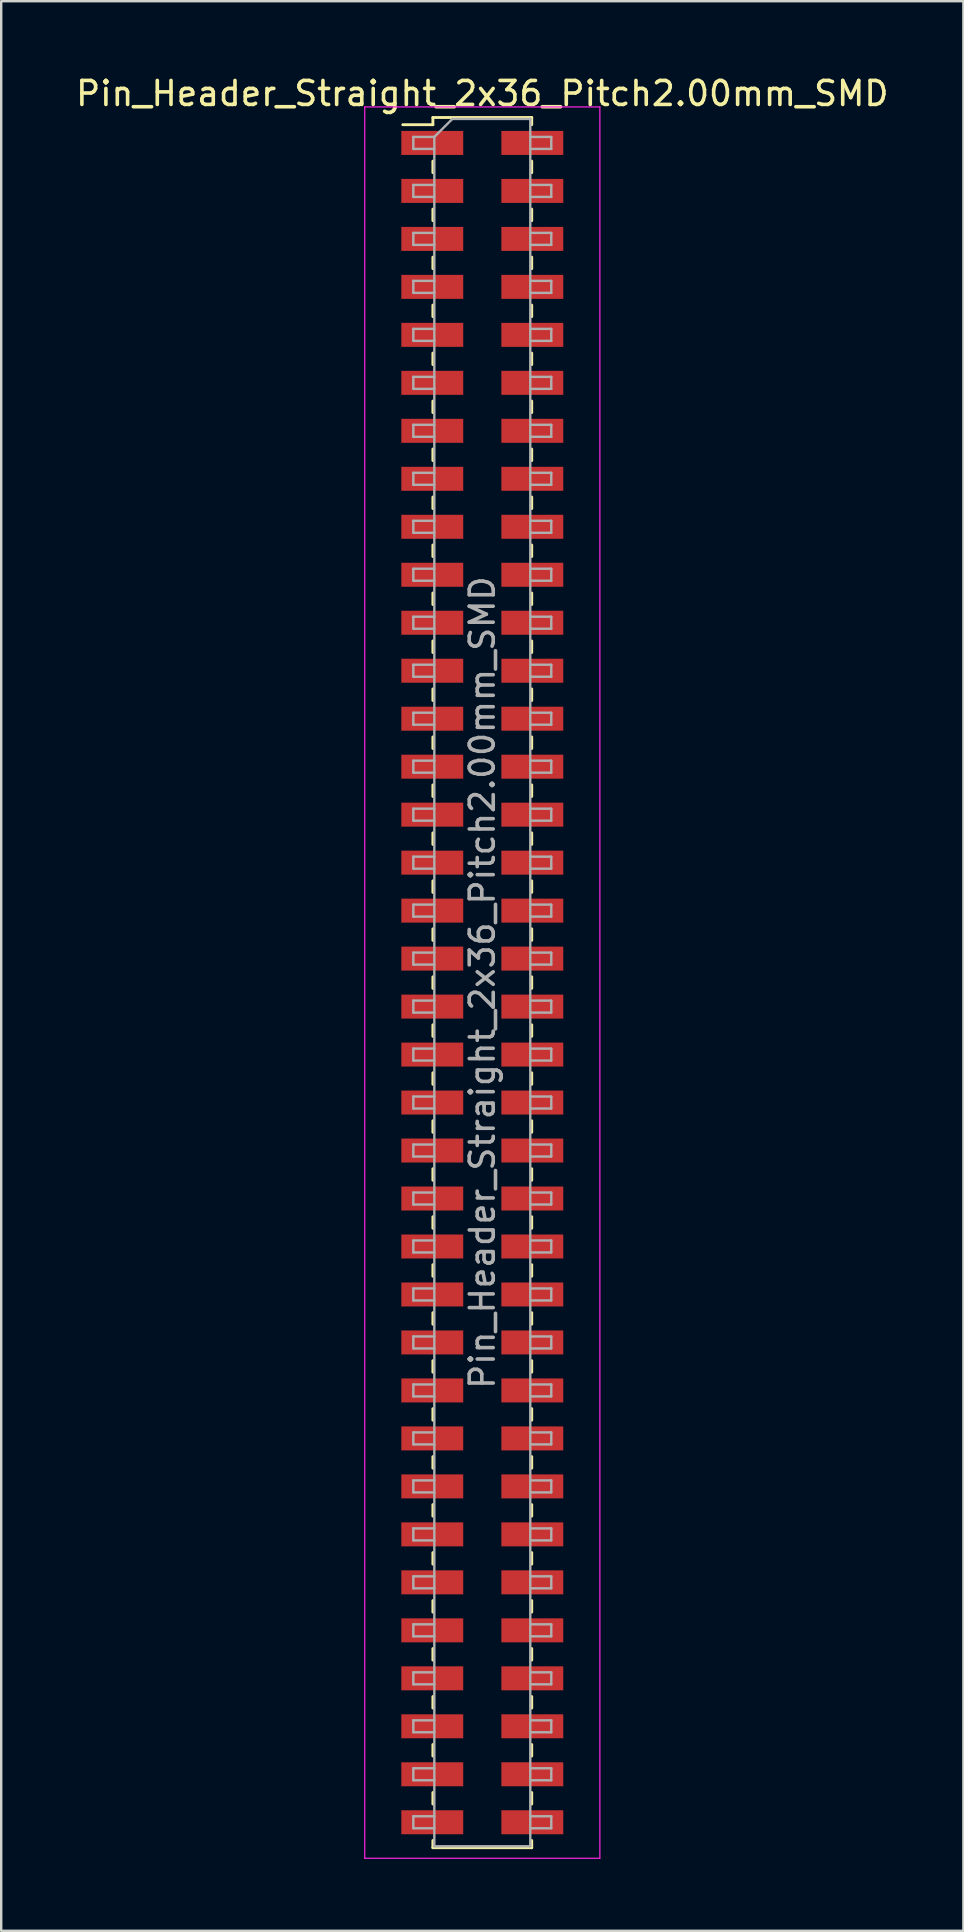
<source format=kicad_pcb>
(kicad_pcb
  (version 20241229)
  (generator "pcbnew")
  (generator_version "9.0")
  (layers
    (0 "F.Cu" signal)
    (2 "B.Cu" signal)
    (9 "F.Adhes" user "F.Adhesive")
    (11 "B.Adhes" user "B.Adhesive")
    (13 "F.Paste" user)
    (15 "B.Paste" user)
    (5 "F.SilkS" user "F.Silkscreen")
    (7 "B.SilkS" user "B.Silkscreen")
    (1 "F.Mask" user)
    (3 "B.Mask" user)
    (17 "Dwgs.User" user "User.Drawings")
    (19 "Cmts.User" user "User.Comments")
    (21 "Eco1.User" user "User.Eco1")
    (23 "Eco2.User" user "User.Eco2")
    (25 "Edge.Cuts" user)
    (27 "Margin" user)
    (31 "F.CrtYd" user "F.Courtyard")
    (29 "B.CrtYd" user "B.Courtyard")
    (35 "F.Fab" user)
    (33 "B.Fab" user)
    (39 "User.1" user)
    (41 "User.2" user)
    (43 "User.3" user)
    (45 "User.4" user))
  (footprint "Pin_Header_Straight_2x36_Pitch2.00mm_SMD"
    (layer "F.Cu")
    (at 17.054 37.908)
    (property "Reference" "Pin_Header_Straight_2x36_Pitch2.00mm_SMD" (at 0 -37.06 0) (layer "F.SilkS") (effects (font (size 1 1) (thickness 0.15))))
    (attr smd)
    (fp_line (start -3.315 -35.76) (end -2.06 -35.76) (stroke (width 0.12) (type solid)) (layer "F.SilkS"))
    (fp_line (start -2.06 -36.06) (end -2.06 -35.76) (stroke (width 0.12) (type solid)) (layer "F.SilkS"))
    (fp_line (start -2.06 -36.06) (end 2.06 -36.06) (stroke (width 0.12) (type solid)) (layer "F.SilkS"))
    (fp_line (start -2.06 -34.24) (end -2.06 -33.76) (stroke (width 0.12) (type solid)) (layer "F.SilkS"))
    (fp_line (start -2.06 -32.24) (end -2.06 -31.76) (stroke (width 0.12) (type solid)) (layer "F.SilkS"))
    (fp_line (start -2.06 -30.24) (end -2.06 -29.76) (stroke (width 0.12) (type solid)) (layer "F.SilkS"))
    (fp_line (start -2.06 -28.24) (end -2.06 -27.76) (stroke (width 0.12) (type solid)) (layer "F.SilkS"))
    (fp_line (start -2.06 -26.24) (end -2.06 -25.76) (stroke (width 0.12) (type solid)) (layer "F.SilkS"))
    (fp_line (start -2.06 -24.24) (end -2.06 -23.76) (stroke (width 0.12) (type solid)) (layer "F.SilkS"))
    (fp_line (start -2.06 -22.24) (end -2.06 -21.76) (stroke (width 0.12) (type solid)) (layer "F.SilkS"))
    (fp_line (start -2.06 -20.24) (end -2.06 -19.76) (stroke (width 0.12) (type solid)) (layer "F.SilkS"))
    (fp_line (start -2.06 -18.24) (end -2.06 -17.76) (stroke (width 0.12) (type solid)) (layer "F.SilkS"))
    (fp_line (start -2.06 -16.24) (end -2.06 -15.76) (stroke (width 0.12) (type solid)) (layer "F.SilkS"))
    (fp_line (start -2.06 -14.24) (end -2.06 -13.76) (stroke (width 0.12) (type solid)) (layer "F.SilkS"))
    (fp_line (start -2.06 -12.24) (end -2.06 -11.76) (stroke (width 0.12) (type solid)) (layer "F.SilkS"))
    (fp_line (start -2.06 -10.24) (end -2.06 -9.76) (stroke (width 0.12) (type solid)) (layer "F.SilkS"))
    (fp_line (start -2.06 -8.24) (end -2.06 -7.76) (stroke (width 0.12) (type solid)) (layer "F.SilkS"))
    (fp_line (start -2.06 -6.24) (end -2.06 -5.76) (stroke (width 0.12) (type solid)) (layer "F.SilkS"))
    (fp_line (start -2.06 -4.24) (end -2.06 -3.76) (stroke (width 0.12) (type solid)) (layer "F.SilkS"))
    (fp_line (start -2.06 -2.24) (end -2.06 -1.76) (stroke (width 0.12) (type solid)) (layer "F.SilkS"))
    (fp_line (start -2.06 -0.24) (end -2.06 0.24) (stroke (width 0.12) (type solid)) (layer "F.SilkS"))
    (fp_line (start -2.06 1.76) (end -2.06 2.24) (stroke (width 0.12) (type solid)) (layer "F.SilkS"))
    (fp_line (start -2.06 3.76) (end -2.06 4.24) (stroke (width 0.12) (type solid)) (layer "F.SilkS"))
    (fp_line (start -2.06 5.76) (end -2.06 6.24) (stroke (width 0.12) (type solid)) (layer "F.SilkS"))
    (fp_line (start -2.06 7.76) (end -2.06 8.24) (stroke (width 0.12) (type solid)) (layer "F.SilkS"))
    (fp_line (start -2.06 9.76) (end -2.06 10.24) (stroke (width 0.12) (type solid)) (layer "F.SilkS"))
    (fp_line (start -2.06 11.76) (end -2.06 12.24) (stroke (width 0.12) (type solid)) (layer "F.SilkS"))
    (fp_line (start -2.06 13.76) (end -2.06 14.24) (stroke (width 0.12) (type solid)) (layer "F.SilkS"))
    (fp_line (start -2.06 15.76) (end -2.06 16.24) (stroke (width 0.12) (type solid)) (layer "F.SilkS"))
    (fp_line (start -2.06 17.76) (end -2.06 18.24) (stroke (width 0.12) (type solid)) (layer "F.SilkS"))
    (fp_line (start -2.06 19.76) (end -2.06 20.24) (stroke (width 0.12) (type solid)) (layer "F.SilkS"))
    (fp_line (start -2.06 21.76) (end -2.06 22.24) (stroke (width 0.12) (type solid)) (layer "F.SilkS"))
    (fp_line (start -2.06 23.76) (end -2.06 24.24) (stroke (width 0.12) (type solid)) (layer "F.SilkS"))
    (fp_line (start -2.06 25.76) (end -2.06 26.24) (stroke (width 0.12) (type solid)) (layer "F.SilkS"))
    (fp_line (start -2.06 27.76) (end -2.06 28.24) (stroke (width 0.12) (type solid)) (layer "F.SilkS"))
    (fp_line (start -2.06 29.76) (end -2.06 30.24) (stroke (width 0.12) (type solid)) (layer "F.SilkS"))
    (fp_line (start -2.06 31.76) (end -2.06 32.24) (stroke (width 0.12) (type solid)) (layer "F.SilkS"))
    (fp_line (start -2.06 33.76) (end -2.06 34.24) (stroke (width 0.12) (type solid)) (layer "F.SilkS"))
    (fp_line (start -2.06 35.76) (end -2.06 36.06) (stroke (width 0.12) (type solid)) (layer "F.SilkS"))
    (fp_line (start -2.06 36.06) (end 2.06 36.06) (stroke (width 0.12) (type solid)) (layer "F.SilkS"))
    (fp_line (start 2.06 -36.06) (end 2.06 -35.76) (stroke (width 0.12) (type solid)) (layer "F.SilkS"))
    (fp_line (start 2.06 -34.24) (end 2.06 -33.76) (stroke (width 0.12) (type solid)) (layer "F.SilkS"))
    (fp_line (start 2.06 -32.24) (end 2.06 -31.76) (stroke (width 0.12) (type solid)) (layer "F.SilkS"))
    (fp_line (start 2.06 -30.24) (end 2.06 -29.76) (stroke (width 0.12) (type solid)) (layer "F.SilkS"))
    (fp_line (start 2.06 -28.24) (end 2.06 -27.76) (stroke (width 0.12) (type solid)) (layer "F.SilkS"))
    (fp_line (start 2.06 -26.24) (end 2.06 -25.76) (stroke (width 0.12) (type solid)) (layer "F.SilkS"))
    (fp_line (start 2.06 -24.24) (end 2.06 -23.76) (stroke (width 0.12) (type solid)) (layer "F.SilkS"))
    (fp_line (start 2.06 -22.24) (end 2.06 -21.76) (stroke (width 0.12) (type solid)) (layer "F.SilkS"))
    (fp_line (start 2.06 -20.24) (end 2.06 -19.76) (stroke (width 0.12) (type solid)) (layer "F.SilkS"))
    (fp_line (start 2.06 -18.24) (end 2.06 -17.76) (stroke (width 0.12) (type solid)) (layer "F.SilkS"))
    (fp_line (start 2.06 -16.24) (end 2.06 -15.76) (stroke (width 0.12) (type solid)) (layer "F.SilkS"))
    (fp_line (start 2.06 -14.24) (end 2.06 -13.76) (stroke (width 0.12) (type solid)) (layer "F.SilkS"))
    (fp_line (start 2.06 -12.24) (end 2.06 -11.76) (stroke (width 0.12) (type solid)) (layer "F.SilkS"))
    (fp_line (start 2.06 -10.24) (end 2.06 -9.76) (stroke (width 0.12) (type solid)) (layer "F.SilkS"))
    (fp_line (start 2.06 -8.24) (end 2.06 -7.76) (stroke (width 0.12) (type solid)) (layer "F.SilkS"))
    (fp_line (start 2.06 -6.24) (end 2.06 -5.76) (stroke (width 0.12) (type solid)) (layer "F.SilkS"))
    (fp_line (start 2.06 -4.24) (end 2.06 -3.76) (stroke (width 0.12) (type solid)) (layer "F.SilkS"))
    (fp_line (start 2.06 -2.24) (end 2.06 -1.76) (stroke (width 0.12) (type solid)) (layer "F.SilkS"))
    (fp_line (start 2.06 -0.24) (end 2.06 0.24) (stroke (width 0.12) (type solid)) (layer "F.SilkS"))
    (fp_line (start 2.06 1.76) (end 2.06 2.24) (stroke (width 0.12) (type solid)) (layer "F.SilkS"))
    (fp_line (start 2.06 3.76) (end 2.06 4.24) (stroke (width 0.12) (type solid)) (layer "F.SilkS"))
    (fp_line (start 2.06 5.76) (end 2.06 6.24) (stroke (width 0.12) (type solid)) (layer "F.SilkS"))
    (fp_line (start 2.06 7.76) (end 2.06 8.24) (stroke (width 0.12) (type solid)) (layer "F.SilkS"))
    (fp_line (start 2.06 9.76) (end 2.06 10.24) (stroke (width 0.12) (type solid)) (layer "F.SilkS"))
    (fp_line (start 2.06 11.76) (end 2.06 12.24) (stroke (width 0.12) (type solid)) (layer "F.SilkS"))
    (fp_line (start 2.06 13.76) (end 2.06 14.24) (stroke (width 0.12) (type solid)) (layer "F.SilkS"))
    (fp_line (start 2.06 15.76) (end 2.06 16.24) (stroke (width 0.12) (type solid)) (layer "F.SilkS"))
    (fp_line (start 2.06 17.76) (end 2.06 18.24) (stroke (width 0.12) (type solid)) (layer "F.SilkS"))
    (fp_line (start 2.06 19.76) (end 2.06 20.24) (stroke (width 0.12) (type solid)) (layer "F.SilkS"))
    (fp_line (start 2.06 21.76) (end 2.06 22.24) (stroke (width 0.12) (type solid)) (layer "F.SilkS"))
    (fp_line (start 2.06 23.76) (end 2.06 24.24) (stroke (width 0.12) (type solid)) (layer "F.SilkS"))
    (fp_line (start 2.06 25.76) (end 2.06 26.24) (stroke (width 0.12) (type solid)) (layer "F.SilkS"))
    (fp_line (start 2.06 27.76) (end 2.06 28.24) (stroke (width 0.12) (type solid)) (layer "F.SilkS"))
    (fp_line (start 2.06 29.76) (end 2.06 30.24) (stroke (width 0.12) (type solid)) (layer "F.SilkS"))
    (fp_line (start 2.06 31.76) (end 2.06 32.24) (stroke (width 0.12) (type solid)) (layer "F.SilkS"))
    (fp_line (start 2.06 33.76) (end 2.06 34.24) (stroke (width 0.12) (type solid)) (layer "F.SilkS"))
    (fp_line (start 2.06 35.76) (end 2.06 36.06) (stroke (width 0.12) (type solid)) (layer "F.SilkS"))
    (fp_line (start -4.9 -36.5) (end -4.9 36.5) (stroke (width 0.05) (type solid)) (layer "F.CrtYd"))
    (fp_line (start -4.9 36.5) (end 4.9 36.5) (stroke (width 0.05) (type solid)) (layer "F.CrtYd"))
    (fp_line (start 4.9 -36.5) (end -4.9 -36.5) (stroke (width 0.05) (type solid)) (layer "F.CrtYd"))
    (fp_line (start 4.9 36.5) (end 4.9 -36.5) (stroke (width 0.05) (type solid)) (layer "F.CrtYd"))
    (fp_line (start -2.875 -35.25) (end -2.875 -34.75) (stroke (width 0.1) (type solid)) (layer "F.Fab"))
    (fp_line (start -2.875 -34.75) (end -2 -34.75) (stroke (width 0.1) (type solid)) (layer "F.Fab"))
    (fp_line (start -2.875 -33.25) (end -2.875 -32.75) (stroke (width 0.1) (type solid)) (layer "F.Fab"))
    (fp_line (start -2.875 -32.75) (end -2 -32.75) (stroke (width 0.1) (type solid)) (layer "F.Fab"))
    (fp_line (start -2.875 -31.25) (end -2.875 -30.75) (stroke (width 0.1) (type solid)) (layer "F.Fab"))
    (fp_line (start -2.875 -30.75) (end -2 -30.75) (stroke (width 0.1) (type solid)) (layer "F.Fab"))
    (fp_line (start -2.875 -29.25) (end -2.875 -28.75) (stroke (width 0.1) (type solid)) (layer "F.Fab"))
    (fp_line (start -2.875 -28.75) (end -2 -28.75) (stroke (width 0.1) (type solid)) (layer "F.Fab"))
    (fp_line (start -2.875 -27.25) (end -2.875 -26.75) (stroke (width 0.1) (type solid)) (layer "F.Fab"))
    (fp_line (start -2.875 -26.75) (end -2 -26.75) (stroke (width 0.1) (type solid)) (layer "F.Fab"))
    (fp_line (start -2.875 -25.25) (end -2.875 -24.75) (stroke (width 0.1) (type solid)) (layer "F.Fab"))
    (fp_line (start -2.875 -24.75) (end -2 -24.75) (stroke (width 0.1) (type solid)) (layer "F.Fab"))
    (fp_line (start -2.875 -23.25) (end -2.875 -22.75) (stroke (width 0.1) (type solid)) (layer "F.Fab"))
    (fp_line (start -2.875 -22.75) (end -2 -22.75) (stroke (width 0.1) (type solid)) (layer "F.Fab"))
    (fp_line (start -2.875 -21.25) (end -2.875 -20.75) (stroke (width 0.1) (type solid)) (layer "F.Fab"))
    (fp_line (start -2.875 -20.75) (end -2 -20.75) (stroke (width 0.1) (type solid)) (layer "F.Fab"))
    (fp_line (start -2.875 -19.25) (end -2.875 -18.75) (stroke (width 0.1) (type solid)) (layer "F.Fab"))
    (fp_line (start -2.875 -18.75) (end -2 -18.75) (stroke (width 0.1) (type solid)) (layer "F.Fab"))
    (fp_line (start -2.875 -17.25) (end -2.875 -16.75) (stroke (width 0.1) (type solid)) (layer "F.Fab"))
    (fp_line (start -2.875 -16.75) (end -2 -16.75) (stroke (width 0.1) (type solid)) (layer "F.Fab"))
    (fp_line (start -2.875 -15.25) (end -2.875 -14.75) (stroke (width 0.1) (type solid)) (layer "F.Fab"))
    (fp_line (start -2.875 -14.75) (end -2 -14.75) (stroke (width 0.1) (type solid)) (layer "F.Fab"))
    (fp_line (start -2.875 -13.25) (end -2.875 -12.75) (stroke (width 0.1) (type solid)) (layer "F.Fab"))
    (fp_line (start -2.875 -12.75) (end -2 -12.75) (stroke (width 0.1) (type solid)) (layer "F.Fab"))
    (fp_line (start -2.875 -11.25) (end -2.875 -10.75) (stroke (width 0.1) (type solid)) (layer "F.Fab"))
    (fp_line (start -2.875 -10.75) (end -2 -10.75) (stroke (width 0.1) (type solid)) (layer "F.Fab"))
    (fp_line (start -2.875 -9.25) (end -2.875 -8.75) (stroke (width 0.1) (type solid)) (layer "F.Fab"))
    (fp_line (start -2.875 -8.75) (end -2 -8.75) (stroke (width 0.1) (type solid)) (layer "F.Fab"))
    (fp_line (start -2.875 -7.25) (end -2.875 -6.75) (stroke (width 0.1) (type solid)) (layer "F.Fab"))
    (fp_line (start -2.875 -6.75) (end -2 -6.75) (stroke (width 0.1) (type solid)) (layer "F.Fab"))
    (fp_line (start -2.875 -5.25) (end -2.875 -4.75) (stroke (width 0.1) (type solid)) (layer "F.Fab"))
    (fp_line (start -2.875 -4.75) (end -2 -4.75) (stroke (width 0.1) (type solid)) (layer "F.Fab"))
    (fp_line (start -2.875 -3.25) (end -2.875 -2.75) (stroke (width 0.1) (type solid)) (layer "F.Fab"))
    (fp_line (start -2.875 -2.75) (end -2 -2.75) (stroke (width 0.1) (type solid)) (layer "F.Fab"))
    (fp_line (start -2.875 -1.25) (end -2.875 -0.75) (stroke (width 0.1) (type solid)) (layer "F.Fab"))
    (fp_line (start -2.875 -0.75) (end -2 -0.75) (stroke (width 0.1) (type solid)) (layer "F.Fab"))
    (fp_line (start -2.875 0.75) (end -2.875 1.25) (stroke (width 0.1) (type solid)) (layer "F.Fab"))
    (fp_line (start -2.875 1.25) (end -2 1.25) (stroke (width 0.1) (type solid)) (layer "F.Fab"))
    (fp_line (start -2.875 2.75) (end -2.875 3.25) (stroke (width 0.1) (type solid)) (layer "F.Fab"))
    (fp_line (start -2.875 3.25) (end -2 3.25) (stroke (width 0.1) (type solid)) (layer "F.Fab"))
    (fp_line (start -2.875 4.75) (end -2.875 5.25) (stroke (width 0.1) (type solid)) (layer "F.Fab"))
    (fp_line (start -2.875 5.25) (end -2 5.25) (stroke (width 0.1) (type solid)) (layer "F.Fab"))
    (fp_line (start -2.875 6.75) (end -2.875 7.25) (stroke (width 0.1) (type solid)) (layer "F.Fab"))
    (fp_line (start -2.875 7.25) (end -2 7.25) (stroke (width 0.1) (type solid)) (layer "F.Fab"))
    (fp_line (start -2.875 8.75) (end -2.875 9.25) (stroke (width 0.1) (type solid)) (layer "F.Fab"))
    (fp_line (start -2.875 9.25) (end -2 9.25) (stroke (width 0.1) (type solid)) (layer "F.Fab"))
    (fp_line (start -2.875 10.75) (end -2.875 11.25) (stroke (width 0.1) (type solid)) (layer "F.Fab"))
    (fp_line (start -2.875 11.25) (end -2 11.25) (stroke (width 0.1) (type solid)) (layer "F.Fab"))
    (fp_line (start -2.875 12.75) (end -2.875 13.25) (stroke (width 0.1) (type solid)) (layer "F.Fab"))
    (fp_line (start -2.875 13.25) (end -2 13.25) (stroke (width 0.1) (type solid)) (layer "F.Fab"))
    (fp_line (start -2.875 14.75) (end -2.875 15.25) (stroke (width 0.1) (type solid)) (layer "F.Fab"))
    (fp_line (start -2.875 15.25) (end -2 15.25) (stroke (width 0.1) (type solid)) (layer "F.Fab"))
    (fp_line (start -2.875 16.75) (end -2.875 17.25) (stroke (width 0.1) (type solid)) (layer "F.Fab"))
    (fp_line (start -2.875 17.25) (end -2 17.25) (stroke (width 0.1) (type solid)) (layer "F.Fab"))
    (fp_line (start -2.875 18.75) (end -2.875 19.25) (stroke (width 0.1) (type solid)) (layer "F.Fab"))
    (fp_line (start -2.875 19.25) (end -2 19.25) (stroke (width 0.1) (type solid)) (layer "F.Fab"))
    (fp_line (start -2.875 20.75) (end -2.875 21.25) (stroke (width 0.1) (type solid)) (layer "F.Fab"))
    (fp_line (start -2.875 21.25) (end -2 21.25) (stroke (width 0.1) (type solid)) (layer "F.Fab"))
    (fp_line (start -2.875 22.75) (end -2.875 23.25) (stroke (width 0.1) (type solid)) (layer "F.Fab"))
    (fp_line (start -2.875 23.25) (end -2 23.25) (stroke (width 0.1) (type solid)) (layer "F.Fab"))
    (fp_line (start -2.875 24.75) (end -2.875 25.25) (stroke (width 0.1) (type solid)) (layer "F.Fab"))
    (fp_line (start -2.875 25.25) (end -2 25.25) (stroke (width 0.1) (type solid)) (layer "F.Fab"))
    (fp_line (start -2.875 26.75) (end -2.875 27.25) (stroke (width 0.1) (type solid)) (layer "F.Fab"))
    (fp_line (start -2.875 27.25) (end -2 27.25) (stroke (width 0.1) (type solid)) (layer "F.Fab"))
    (fp_line (start -2.875 28.75) (end -2.875 29.25) (stroke (width 0.1) (type solid)) (layer "F.Fab"))
    (fp_line (start -2.875 29.25) (end -2 29.25) (stroke (width 0.1) (type solid)) (layer "F.Fab"))
    (fp_line (start -2.875 30.75) (end -2.875 31.25) (stroke (width 0.1) (type solid)) (layer "F.Fab"))
    (fp_line (start -2.875 31.25) (end -2 31.25) (stroke (width 0.1) (type solid)) (layer "F.Fab"))
    (fp_line (start -2.875 32.75) (end -2.875 33.25) (stroke (width 0.1) (type solid)) (layer "F.Fab"))
    (fp_line (start -2.875 33.25) (end -2 33.25) (stroke (width 0.1) (type solid)) (layer "F.Fab"))
    (fp_line (start -2.875 34.75) (end -2.875 35.25) (stroke (width 0.1) (type solid)) (layer "F.Fab"))
    (fp_line (start -2.875 35.25) (end -2 35.25) (stroke (width 0.1) (type solid)) (layer "F.Fab"))
    (fp_line (start -2 -35.25) (end -2.875 -35.25) (stroke (width 0.1) (type solid)) (layer "F.Fab"))
    (fp_line (start -2 -35.25) (end -1.25 -36) (stroke (width 0.1) (type solid)) (layer "F.Fab"))
    (fp_line (start -2 -33.25) (end -2.875 -33.25) (stroke (width 0.1) (type solid)) (layer "F.Fab"))
    (fp_line (start -2 -31.25) (end -2.875 -31.25) (stroke (width 0.1) (type solid)) (layer "F.Fab"))
    (fp_line (start -2 -29.25) (end -2.875 -29.25) (stroke (width 0.1) (type solid)) (layer "F.Fab"))
    (fp_line (start -2 -27.25) (end -2.875 -27.25) (stroke (width 0.1) (type solid)) (layer "F.Fab"))
    (fp_line (start -2 -25.25) (end -2.875 -25.25) (stroke (width 0.1) (type solid)) (layer "F.Fab"))
    (fp_line (start -2 -23.25) (end -2.875 -23.25) (stroke (width 0.1) (type solid)) (layer "F.Fab"))
    (fp_line (start -2 -21.25) (end -2.875 -21.25) (stroke (width 0.1) (type solid)) (layer "F.Fab"))
    (fp_line (start -2 -19.25) (end -2.875 -19.25) (stroke (width 0.1) (type solid)) (layer "F.Fab"))
    (fp_line (start -2 -17.25) (end -2.875 -17.25) (stroke (width 0.1) (type solid)) (layer "F.Fab"))
    (fp_line (start -2 -15.25) (end -2.875 -15.25) (stroke (width 0.1) (type solid)) (layer "F.Fab"))
    (fp_line (start -2 -13.25) (end -2.875 -13.25) (stroke (width 0.1) (type solid)) (layer "F.Fab"))
    (fp_line (start -2 -11.25) (end -2.875 -11.25) (stroke (width 0.1) (type solid)) (layer "F.Fab"))
    (fp_line (start -2 -9.25) (end -2.875 -9.25) (stroke (width 0.1) (type solid)) (layer "F.Fab"))
    (fp_line (start -2 -7.25) (end -2.875 -7.25) (stroke (width 0.1) (type solid)) (layer "F.Fab"))
    (fp_line (start -2 -5.25) (end -2.875 -5.25) (stroke (width 0.1) (type solid)) (layer "F.Fab"))
    (fp_line (start -2 -3.25) (end -2.875 -3.25) (stroke (width 0.1) (type solid)) (layer "F.Fab"))
    (fp_line (start -2 -1.25) (end -2.875 -1.25) (stroke (width 0.1) (type solid)) (layer "F.Fab"))
    (fp_line (start -2 0.75) (end -2.875 0.75) (stroke (width 0.1) (type solid)) (layer "F.Fab"))
    (fp_line (start -2 2.75) (end -2.875 2.75) (stroke (width 0.1) (type solid)) (layer "F.Fab"))
    (fp_line (start -2 4.75) (end -2.875 4.75) (stroke (width 0.1) (type solid)) (layer "F.Fab"))
    (fp_line (start -2 6.75) (end -2.875 6.75) (stroke (width 0.1) (type solid)) (layer "F.Fab"))
    (fp_line (start -2 8.75) (end -2.875 8.75) (stroke (width 0.1) (type solid)) (layer "F.Fab"))
    (fp_line (start -2 10.75) (end -2.875 10.75) (stroke (width 0.1) (type solid)) (layer "F.Fab"))
    (fp_line (start -2 12.75) (end -2.875 12.75) (stroke (width 0.1) (type solid)) (layer "F.Fab"))
    (fp_line (start -2 14.75) (end -2.875 14.75) (stroke (width 0.1) (type solid)) (layer "F.Fab"))
    (fp_line (start -2 16.75) (end -2.875 16.75) (stroke (width 0.1) (type solid)) (layer "F.Fab"))
    (fp_line (start -2 18.75) (end -2.875 18.75) (stroke (width 0.1) (type solid)) (layer "F.Fab"))
    (fp_line (start -2 20.75) (end -2.875 20.75) (stroke (width 0.1) (type solid)) (layer "F.Fab"))
    (fp_line (start -2 22.75) (end -2.875 22.75) (stroke (width 0.1) (type solid)) (layer "F.Fab"))
    (fp_line (start -2 24.75) (end -2.875 24.75) (stroke (width 0.1) (type solid)) (layer "F.Fab"))
    (fp_line (start -2 26.75) (end -2.875 26.75) (stroke (width 0.1) (type solid)) (layer "F.Fab"))
    (fp_line (start -2 28.75) (end -2.875 28.75) (stroke (width 0.1) (type solid)) (layer "F.Fab"))
    (fp_line (start -2 30.75) (end -2.875 30.75) (stroke (width 0.1) (type solid)) (layer "F.Fab"))
    (fp_line (start -2 32.75) (end -2.875 32.75) (stroke (width 0.1) (type solid)) (layer "F.Fab"))
    (fp_line (start -2 34.75) (end -2.875 34.75) (stroke (width 0.1) (type solid)) (layer "F.Fab"))
    (fp_line (start -2 36) (end -2 -35.25) (stroke (width 0.1) (type solid)) (layer "F.Fab"))
    (fp_line (start -1.25 -36) (end 2 -36) (stroke (width 0.1) (type solid)) (layer "F.Fab"))
    (fp_line (start 2 -36) (end 2 36) (stroke (width 0.1) (type solid)) (layer "F.Fab"))
    (fp_line (start 2 -35.25) (end 2.875 -35.25) (stroke (width 0.1) (type solid)) (layer "F.Fab"))
    (fp_line (start 2 -33.25) (end 2.875 -33.25) (stroke (width 0.1) (type solid)) (layer "F.Fab"))
    (fp_line (start 2 -31.25) (end 2.875 -31.25) (stroke (width 0.1) (type solid)) (layer "F.Fab"))
    (fp_line (start 2 -29.25) (end 2.875 -29.25) (stroke (width 0.1) (type solid)) (layer "F.Fab"))
    (fp_line (start 2 -27.25) (end 2.875 -27.25) (stroke (width 0.1) (type solid)) (layer "F.Fab"))
    (fp_line (start 2 -25.25) (end 2.875 -25.25) (stroke (width 0.1) (type solid)) (layer "F.Fab"))
    (fp_line (start 2 -23.25) (end 2.875 -23.25) (stroke (width 0.1) (type solid)) (layer "F.Fab"))
    (fp_line (start 2 -21.25) (end 2.875 -21.25) (stroke (width 0.1) (type solid)) (layer "F.Fab"))
    (fp_line (start 2 -19.25) (end 2.875 -19.25) (stroke (width 0.1) (type solid)) (layer "F.Fab"))
    (fp_line (start 2 -17.25) (end 2.875 -17.25) (stroke (width 0.1) (type solid)) (layer "F.Fab"))
    (fp_line (start 2 -15.25) (end 2.875 -15.25) (stroke (width 0.1) (type solid)) (layer "F.Fab"))
    (fp_line (start 2 -13.25) (end 2.875 -13.25) (stroke (width 0.1) (type solid)) (layer "F.Fab"))
    (fp_line (start 2 -11.25) (end 2.875 -11.25) (stroke (width 0.1) (type solid)) (layer "F.Fab"))
    (fp_line (start 2 -9.25) (end 2.875 -9.25) (stroke (width 0.1) (type solid)) (layer "F.Fab"))
    (fp_line (start 2 -7.25) (end 2.875 -7.25) (stroke (width 0.1) (type solid)) (layer "F.Fab"))
    (fp_line (start 2 -5.25) (end 2.875 -5.25) (stroke (width 0.1) (type solid)) (layer "F.Fab"))
    (fp_line (start 2 -3.25) (end 2.875 -3.25) (stroke (width 0.1) (type solid)) (layer "F.Fab"))
    (fp_line (start 2 -1.25) (end 2.875 -1.25) (stroke (width 0.1) (type solid)) (layer "F.Fab"))
    (fp_line (start 2 0.75) (end 2.875 0.75) (stroke (width 0.1) (type solid)) (layer "F.Fab"))
    (fp_line (start 2 2.75) (end 2.875 2.75) (stroke (width 0.1) (type solid)) (layer "F.Fab"))
    (fp_line (start 2 4.75) (end 2.875 4.75) (stroke (width 0.1) (type solid)) (layer "F.Fab"))
    (fp_line (start 2 6.75) (end 2.875 6.75) (stroke (width 0.1) (type solid)) (layer "F.Fab"))
    (fp_line (start 2 8.75) (end 2.875 8.75) (stroke (width 0.1) (type solid)) (layer "F.Fab"))
    (fp_line (start 2 10.75) (end 2.875 10.75) (stroke (width 0.1) (type solid)) (layer "F.Fab"))
    (fp_line (start 2 12.75) (end 2.875 12.75) (stroke (width 0.1) (type solid)) (layer "F.Fab"))
    (fp_line (start 2 14.75) (end 2.875 14.75) (stroke (width 0.1) (type solid)) (layer "F.Fab"))
    (fp_line (start 2 16.75) (end 2.875 16.75) (stroke (width 0.1) (type solid)) (layer "F.Fab"))
    (fp_line (start 2 18.75) (end 2.875 18.75) (stroke (width 0.1) (type solid)) (layer "F.Fab"))
    (fp_line (start 2 20.75) (end 2.875 20.75) (stroke (width 0.1) (type solid)) (layer "F.Fab"))
    (fp_line (start 2 22.75) (end 2.875 22.75) (stroke (width 0.1) (type solid)) (layer "F.Fab"))
    (fp_line (start 2 24.75) (end 2.875 24.75) (stroke (width 0.1) (type solid)) (layer "F.Fab"))
    (fp_line (start 2 26.75) (end 2.875 26.75) (stroke (width 0.1) (type solid)) (layer "F.Fab"))
    (fp_line (start 2 28.75) (end 2.875 28.75) (stroke (width 0.1) (type solid)) (layer "F.Fab"))
    (fp_line (start 2 30.75) (end 2.875 30.75) (stroke (width 0.1) (type solid)) (layer "F.Fab"))
    (fp_line (start 2 32.75) (end 2.875 32.75) (stroke (width 0.1) (type solid)) (layer "F.Fab"))
    (fp_line (start 2 34.75) (end 2.875 34.75) (stroke (width 0.1) (type solid)) (layer "F.Fab"))
    (fp_line (start 2 36) (end -2 36) (stroke (width 0.1) (type solid)) (layer "F.Fab"))
    (fp_line (start 2.875 -35.25) (end 2.875 -34.75) (stroke (width 0.1) (type solid)) (layer "F.Fab"))
    (fp_line (start 2.875 -34.75) (end 2 -34.75) (stroke (width 0.1) (type solid)) (layer "F.Fab"))
    (fp_line (start 2.875 -33.25) (end 2.875 -32.75) (stroke (width 0.1) (type solid)) (layer "F.Fab"))
    (fp_line (start 2.875 -32.75) (end 2 -32.75) (stroke (width 0.1) (type solid)) (layer "F.Fab"))
    (fp_line (start 2.875 -31.25) (end 2.875 -30.75) (stroke (width 0.1) (type solid)) (layer "F.Fab"))
    (fp_line (start 2.875 -30.75) (end 2 -30.75) (stroke (width 0.1) (type solid)) (layer "F.Fab"))
    (fp_line (start 2.875 -29.25) (end 2.875 -28.75) (stroke (width 0.1) (type solid)) (layer "F.Fab"))
    (fp_line (start 2.875 -28.75) (end 2 -28.75) (stroke (width 0.1) (type solid)) (layer "F.Fab"))
    (fp_line (start 2.875 -27.25) (end 2.875 -26.75) (stroke (width 0.1) (type solid)) (layer "F.Fab"))
    (fp_line (start 2.875 -26.75) (end 2 -26.75) (stroke (width 0.1) (type solid)) (layer "F.Fab"))
    (fp_line (start 2.875 -25.25) (end 2.875 -24.75) (stroke (width 0.1) (type solid)) (layer "F.Fab"))
    (fp_line (start 2.875 -24.75) (end 2 -24.75) (stroke (width 0.1) (type solid)) (layer "F.Fab"))
    (fp_line (start 2.875 -23.25) (end 2.875 -22.75) (stroke (width 0.1) (type solid)) (layer "F.Fab"))
    (fp_line (start 2.875 -22.75) (end 2 -22.75) (stroke (width 0.1) (type solid)) (layer "F.Fab"))
    (fp_line (start 2.875 -21.25) (end 2.875 -20.75) (stroke (width 0.1) (type solid)) (layer "F.Fab"))
    (fp_line (start 2.875 -20.75) (end 2 -20.75) (stroke (width 0.1) (type solid)) (layer "F.Fab"))
    (fp_line (start 2.875 -19.25) (end 2.875 -18.75) (stroke (width 0.1) (type solid)) (layer "F.Fab"))
    (fp_line (start 2.875 -18.75) (end 2 -18.75) (stroke (width 0.1) (type solid)) (layer "F.Fab"))
    (fp_line (start 2.875 -17.25) (end 2.875 -16.75) (stroke (width 0.1) (type solid)) (layer "F.Fab"))
    (fp_line (start 2.875 -16.75) (end 2 -16.75) (stroke (width 0.1) (type solid)) (layer "F.Fab"))
    (fp_line (start 2.875 -15.25) (end 2.875 -14.75) (stroke (width 0.1) (type solid)) (layer "F.Fab"))
    (fp_line (start 2.875 -14.75) (end 2 -14.75) (stroke (width 0.1) (type solid)) (layer "F.Fab"))
    (fp_line (start 2.875 -13.25) (end 2.875 -12.75) (stroke (width 0.1) (type solid)) (layer "F.Fab"))
    (fp_line (start 2.875 -12.75) (end 2 -12.75) (stroke (width 0.1) (type solid)) (layer "F.Fab"))
    (fp_line (start 2.875 -11.25) (end 2.875 -10.75) (stroke (width 0.1) (type solid)) (layer "F.Fab"))
    (fp_line (start 2.875 -10.75) (end 2 -10.75) (stroke (width 0.1) (type solid)) (layer "F.Fab"))
    (fp_line (start 2.875 -9.25) (end 2.875 -8.75) (stroke (width 0.1) (type solid)) (layer "F.Fab"))
    (fp_line (start 2.875 -8.75) (end 2 -8.75) (stroke (width 0.1) (type solid)) (layer "F.Fab"))
    (fp_line (start 2.875 -7.25) (end 2.875 -6.75) (stroke (width 0.1) (type solid)) (layer "F.Fab"))
    (fp_line (start 2.875 -6.75) (end 2 -6.75) (stroke (width 0.1) (type solid)) (layer "F.Fab"))
    (fp_line (start 2.875 -5.25) (end 2.875 -4.75) (stroke (width 0.1) (type solid)) (layer "F.Fab"))
    (fp_line (start 2.875 -4.75) (end 2 -4.75) (stroke (width 0.1) (type solid)) (layer "F.Fab"))
    (fp_line (start 2.875 -3.25) (end 2.875 -2.75) (stroke (width 0.1) (type solid)) (layer "F.Fab"))
    (fp_line (start 2.875 -2.75) (end 2 -2.75) (stroke (width 0.1) (type solid)) (layer "F.Fab"))
    (fp_line (start 2.875 -1.25) (end 2.875 -0.75) (stroke (width 0.1) (type solid)) (layer "F.Fab"))
    (fp_line (start 2.875 -0.75) (end 2 -0.75) (stroke (width 0.1) (type solid)) (layer "F.Fab"))
    (fp_line (start 2.875 0.75) (end 2.875 1.25) (stroke (width 0.1) (type solid)) (layer "F.Fab"))
    (fp_line (start 2.875 1.25) (end 2 1.25) (stroke (width 0.1) (type solid)) (layer "F.Fab"))
    (fp_line (start 2.875 2.75) (end 2.875 3.25) (stroke (width 0.1) (type solid)) (layer "F.Fab"))
    (fp_line (start 2.875 3.25) (end 2 3.25) (stroke (width 0.1) (type solid)) (layer "F.Fab"))
    (fp_line (start 2.875 4.75) (end 2.875 5.25) (stroke (width 0.1) (type solid)) (layer "F.Fab"))
    (fp_line (start 2.875 5.25) (end 2 5.25) (stroke (width 0.1) (type solid)) (layer "F.Fab"))
    (fp_line (start 2.875 6.75) (end 2.875 7.25) (stroke (width 0.1) (type solid)) (layer "F.Fab"))
    (fp_line (start 2.875 7.25) (end 2 7.25) (stroke (width 0.1) (type solid)) (layer "F.Fab"))
    (fp_line (start 2.875 8.75) (end 2.875 9.25) (stroke (width 0.1) (type solid)) (layer "F.Fab"))
    (fp_line (start 2.875 9.25) (end 2 9.25) (stroke (width 0.1) (type solid)) (layer "F.Fab"))
    (fp_line (start 2.875 10.75) (end 2.875 11.25) (stroke (width 0.1) (type solid)) (layer "F.Fab"))
    (fp_line (start 2.875 11.25) (end 2 11.25) (stroke (width 0.1) (type solid)) (layer "F.Fab"))
    (fp_line (start 2.875 12.75) (end 2.875 13.25) (stroke (width 0.1) (type solid)) (layer "F.Fab"))
    (fp_line (start 2.875 13.25) (end 2 13.25) (stroke (width 0.1) (type solid)) (layer "F.Fab"))
    (fp_line (start 2.875 14.75) (end 2.875 15.25) (stroke (width 0.1) (type solid)) (layer "F.Fab"))
    (fp_line (start 2.875 15.25) (end 2 15.25) (stroke (width 0.1) (type solid)) (layer "F.Fab"))
    (fp_line (start 2.875 16.75) (end 2.875 17.25) (stroke (width 0.1) (type solid)) (layer "F.Fab"))
    (fp_line (start 2.875 17.25) (end 2 17.25) (stroke (width 0.1) (type solid)) (layer "F.Fab"))
    (fp_line (start 2.875 18.75) (end 2.875 19.25) (stroke (width 0.1) (type solid)) (layer "F.Fab"))
    (fp_line (start 2.875 19.25) (end 2 19.25) (stroke (width 0.1) (type solid)) (layer "F.Fab"))
    (fp_line (start 2.875 20.75) (end 2.875 21.25) (stroke (width 0.1) (type solid)) (layer "F.Fab"))
    (fp_line (start 2.875 21.25) (end 2 21.25) (stroke (width 0.1) (type solid)) (layer "F.Fab"))
    (fp_line (start 2.875 22.75) (end 2.875 23.25) (stroke (width 0.1) (type solid)) (layer "F.Fab"))
    (fp_line (start 2.875 23.25) (end 2 23.25) (stroke (width 0.1) (type solid)) (layer "F.Fab"))
    (fp_line (start 2.875 24.75) (end 2.875 25.25) (stroke (width 0.1) (type solid)) (layer "F.Fab"))
    (fp_line (start 2.875 25.25) (end 2 25.25) (stroke (width 0.1) (type solid)) (layer "F.Fab"))
    (fp_line (start 2.875 26.75) (end 2.875 27.25) (stroke (width 0.1) (type solid)) (layer "F.Fab"))
    (fp_line (start 2.875 27.25) (end 2 27.25) (stroke (width 0.1) (type solid)) (layer "F.Fab"))
    (fp_line (start 2.875 28.75) (end 2.875 29.25) (stroke (width 0.1) (type solid)) (layer "F.Fab"))
    (fp_line (start 2.875 29.25) (end 2 29.25) (stroke (width 0.1) (type solid)) (layer "F.Fab"))
    (fp_line (start 2.875 30.75) (end 2.875 31.25) (stroke (width 0.1) (type solid)) (layer "F.Fab"))
    (fp_line (start 2.875 31.25) (end 2 31.25) (stroke (width 0.1) (type solid)) (layer "F.Fab"))
    (fp_line (start 2.875 32.75) (end 2.875 33.25) (stroke (width 0.1) (type solid)) (layer "F.Fab"))
    (fp_line (start 2.875 33.25) (end 2 33.25) (stroke (width 0.1) (type solid)) (layer "F.Fab"))
    (fp_line (start 2.875 34.75) (end 2.875 35.25) (stroke (width 0.1) (type solid)) (layer "F.Fab"))
    (fp_line (start 2.875 35.25) (end 2 35.25) (stroke (width 0.1) (type solid)) (layer "F.Fab"))
    (fp_text user "${REFERENCE}" (at 0 0 90) (layer "F.Fab") (effects (font (size 1 1) (thickness 0.15))))
    (pad "1" smd rect (at -2.085 -35) (size 2.58 1) (layers "F.Cu" "F.Mask" "F.Paste"))
    (pad "2" smd rect (at 2.085 -35) (size 2.58 1) (layers "F.Cu" "F.Mask" "F.Paste"))
    (pad "3" smd rect (at -2.085 -33) (size 2.58 1) (layers "F.Cu" "F.Mask" "F.Paste"))
    (pad "4" smd rect (at 2.085 -33) (size 2.58 1) (layers "F.Cu" "F.Mask" "F.Paste"))
    (pad "5" smd rect (at -2.085 -31) (size 2.58 1) (layers "F.Cu" "F.Mask" "F.Paste"))
    (pad "6" smd rect (at 2.085 -31) (size 2.58 1) (layers "F.Cu" "F.Mask" "F.Paste"))
    (pad "7" smd rect (at -2.085 -29) (size 2.58 1) (layers "F.Cu" "F.Mask" "F.Paste"))
    (pad "8" smd rect (at 2.085 -29) (size 2.58 1) (layers "F.Cu" "F.Mask" "F.Paste"))
    (pad "9" smd rect (at -2.085 -27) (size 2.58 1) (layers "F.Cu" "F.Mask" "F.Paste"))
    (pad "10" smd rect (at 2.085 -27) (size 2.58 1) (layers "F.Cu" "F.Mask" "F.Paste"))
    (pad "11" smd rect (at -2.085 -25) (size 2.58 1) (layers "F.Cu" "F.Mask" "F.Paste"))
    (pad "12" smd rect (at 2.085 -25) (size 2.58 1) (layers "F.Cu" "F.Mask" "F.Paste"))
    (pad "13" smd rect (at -2.085 -23) (size 2.58 1) (layers "F.Cu" "F.Mask" "F.Paste"))
    (pad "14" smd rect (at 2.085 -23) (size 2.58 1) (layers "F.Cu" "F.Mask" "F.Paste"))
    (pad "15" smd rect (at -2.085 -21) (size 2.58 1) (layers "F.Cu" "F.Mask" "F.Paste"))
    (pad "16" smd rect (at 2.085 -21) (size 2.58 1) (layers "F.Cu" "F.Mask" "F.Paste"))
    (pad "17" smd rect (at -2.085 -19) (size 2.58 1) (layers "F.Cu" "F.Mask" "F.Paste"))
    (pad "18" smd rect (at 2.085 -19) (size 2.58 1) (layers "F.Cu" "F.Mask" "F.Paste"))
    (pad "19" smd rect (at -2.085 -17) (size 2.58 1) (layers "F.Cu" "F.Mask" "F.Paste"))
    (pad "20" smd rect (at 2.085 -17) (size 2.58 1) (layers "F.Cu" "F.Mask" "F.Paste"))
    (pad "21" smd rect (at -2.085 -15) (size 2.58 1) (layers "F.Cu" "F.Mask" "F.Paste"))
    (pad "22" smd rect (at 2.085 -15) (size 2.58 1) (layers "F.Cu" "F.Mask" "F.Paste"))
    (pad "23" smd rect (at -2.085 -13) (size 2.58 1) (layers "F.Cu" "F.Mask" "F.Paste"))
    (pad "24" smd rect (at 2.085 -13) (size 2.58 1) (layers "F.Cu" "F.Mask" "F.Paste"))
    (pad "25" smd rect (at -2.085 -11) (size 2.58 1) (layers "F.Cu" "F.Mask" "F.Paste"))
    (pad "26" smd rect (at 2.085 -11) (size 2.58 1) (layers "F.Cu" "F.Mask" "F.Paste"))
    (pad "27" smd rect (at -2.085 -9) (size 2.58 1) (layers "F.Cu" "F.Mask" "F.Paste"))
    (pad "28" smd rect (at 2.085 -9) (size 2.58 1) (layers "F.Cu" "F.Mask" "F.Paste"))
    (pad "29" smd rect (at -2.085 -7) (size 2.58 1) (layers "F.Cu" "F.Mask" "F.Paste"))
    (pad "30" smd rect (at 2.085 -7) (size 2.58 1) (layers "F.Cu" "F.Mask" "F.Paste"))
    (pad "31" smd rect (at -2.085 -5) (size 2.58 1) (layers "F.Cu" "F.Mask" "F.Paste"))
    (pad "32" smd rect (at 2.085 -5) (size 2.58 1) (layers "F.Cu" "F.Mask" "F.Paste"))
    (pad "33" smd rect (at -2.085 -3) (size 2.58 1) (layers "F.Cu" "F.Mask" "F.Paste"))
    (pad "34" smd rect (at 2.085 -3) (size 2.58 1) (layers "F.Cu" "F.Mask" "F.Paste"))
    (pad "35" smd rect (at -2.085 -1) (size 2.58 1) (layers "F.Cu" "F.Mask" "F.Paste"))
    (pad "36" smd rect (at 2.085 -1) (size 2.58 1) (layers "F.Cu" "F.Mask" "F.Paste"))
    (pad "37" smd rect (at -2.085 1) (size 2.58 1) (layers "F.Cu" "F.Mask" "F.Paste"))
    (pad "38" smd rect (at 2.085 1) (size 2.58 1) (layers "F.Cu" "F.Mask" "F.Paste"))
    (pad "39" smd rect (at -2.085 3) (size 2.58 1) (layers "F.Cu" "F.Mask" "F.Paste"))
    (pad "40" smd rect (at 2.085 3) (size 2.58 1) (layers "F.Cu" "F.Mask" "F.Paste"))
    (pad "41" smd rect (at -2.085 5) (size 2.58 1) (layers "F.Cu" "F.Mask" "F.Paste"))
    (pad "42" smd rect (at 2.085 5) (size 2.58 1) (layers "F.Cu" "F.Mask" "F.Paste"))
    (pad "43" smd rect (at -2.085 7) (size 2.58 1) (layers "F.Cu" "F.Mask" "F.Paste"))
    (pad "44" smd rect (at 2.085 7) (size 2.58 1) (layers "F.Cu" "F.Mask" "F.Paste"))
    (pad "45" smd rect (at -2.085 9) (size 2.58 1) (layers "F.Cu" "F.Mask" "F.Paste"))
    (pad "46" smd rect (at 2.085 9) (size 2.58 1) (layers "F.Cu" "F.Mask" "F.Paste"))
    (pad "47" smd rect (at -2.085 11) (size 2.58 1) (layers "F.Cu" "F.Mask" "F.Paste"))
    (pad "48" smd rect (at 2.085 11) (size 2.58 1) (layers "F.Cu" "F.Mask" "F.Paste"))
    (pad "49" smd rect (at -2.085 13) (size 2.58 1) (layers "F.Cu" "F.Mask" "F.Paste"))
    (pad "50" smd rect (at 2.085 13) (size 2.58 1) (layers "F.Cu" "F.Mask" "F.Paste"))
    (pad "51" smd rect (at -2.085 15) (size 2.58 1) (layers "F.Cu" "F.Mask" "F.Paste"))
    (pad "52" smd rect (at 2.085 15) (size 2.58 1) (layers "F.Cu" "F.Mask" "F.Paste"))
    (pad "53" smd rect (at -2.085 17) (size 2.58 1) (layers "F.Cu" "F.Mask" "F.Paste"))
    (pad "54" smd rect (at 2.085 17) (size 2.58 1) (layers "F.Cu" "F.Mask" "F.Paste"))
    (pad "55" smd rect (at -2.085 19) (size 2.58 1) (layers "F.Cu" "F.Mask" "F.Paste"))
    (pad "56" smd rect (at 2.085 19) (size 2.58 1) (layers "F.Cu" "F.Mask" "F.Paste"))
    (pad "57" smd rect (at -2.085 21) (size 2.58 1) (layers "F.Cu" "F.Mask" "F.Paste"))
    (pad "58" smd rect (at 2.085 21) (size 2.58 1) (layers "F.Cu" "F.Mask" "F.Paste"))
    (pad "59" smd rect (at -2.085 23) (size 2.58 1) (layers "F.Cu" "F.Mask" "F.Paste"))
    (pad "60" smd rect (at 2.085 23) (size 2.58 1) (layers "F.Cu" "F.Mask" "F.Paste"))
    (pad "61" smd rect (at -2.085 25) (size 2.58 1) (layers "F.Cu" "F.Mask" "F.Paste"))
    (pad "62" smd rect (at 2.085 25) (size 2.58 1) (layers "F.Cu" "F.Mask" "F.Paste"))
    (pad "63" smd rect (at -2.085 27) (size 2.58 1) (layers "F.Cu" "F.Mask" "F.Paste"))
    (pad "64" smd rect (at 2.085 27) (size 2.58 1) (layers "F.Cu" "F.Mask" "F.Paste"))
    (pad "65" smd rect (at -2.085 29) (size 2.58 1) (layers "F.Cu" "F.Mask" "F.Paste"))
    (pad "66" smd rect (at 2.085 29) (size 2.58 1) (layers "F.Cu" "F.Mask" "F.Paste"))
    (pad "67" smd rect (at -2.085 31) (size 2.58 1) (layers "F.Cu" "F.Mask" "F.Paste"))
    (pad "68" smd rect (at 2.085 31) (size 2.58 1) (layers "F.Cu" "F.Mask" "F.Paste"))
    (pad "69" smd rect (at -2.085 33) (size 2.58 1) (layers "F.Cu" "F.Mask" "F.Paste"))
    (pad "70" smd rect (at 2.085 33) (size 2.58 1) (layers "F.Cu" "F.Mask" "F.Paste"))
    (pad "71" smd rect (at -2.085 35) (size 2.58 1) (layers "F.Cu" "F.Mask" "F.Paste"))
    (pad "72" smd rect (at 2.085 35) (size 2.58 1) (layers "F.Cu" "F.Mask" "F.Paste")))
  (gr_rect
    (start -3 -3)
    (end 37.107 77.433)
    (stroke (width 0.1) (type default))
    (fill no)
    (layer "Edge.Cuts")))
</source>
